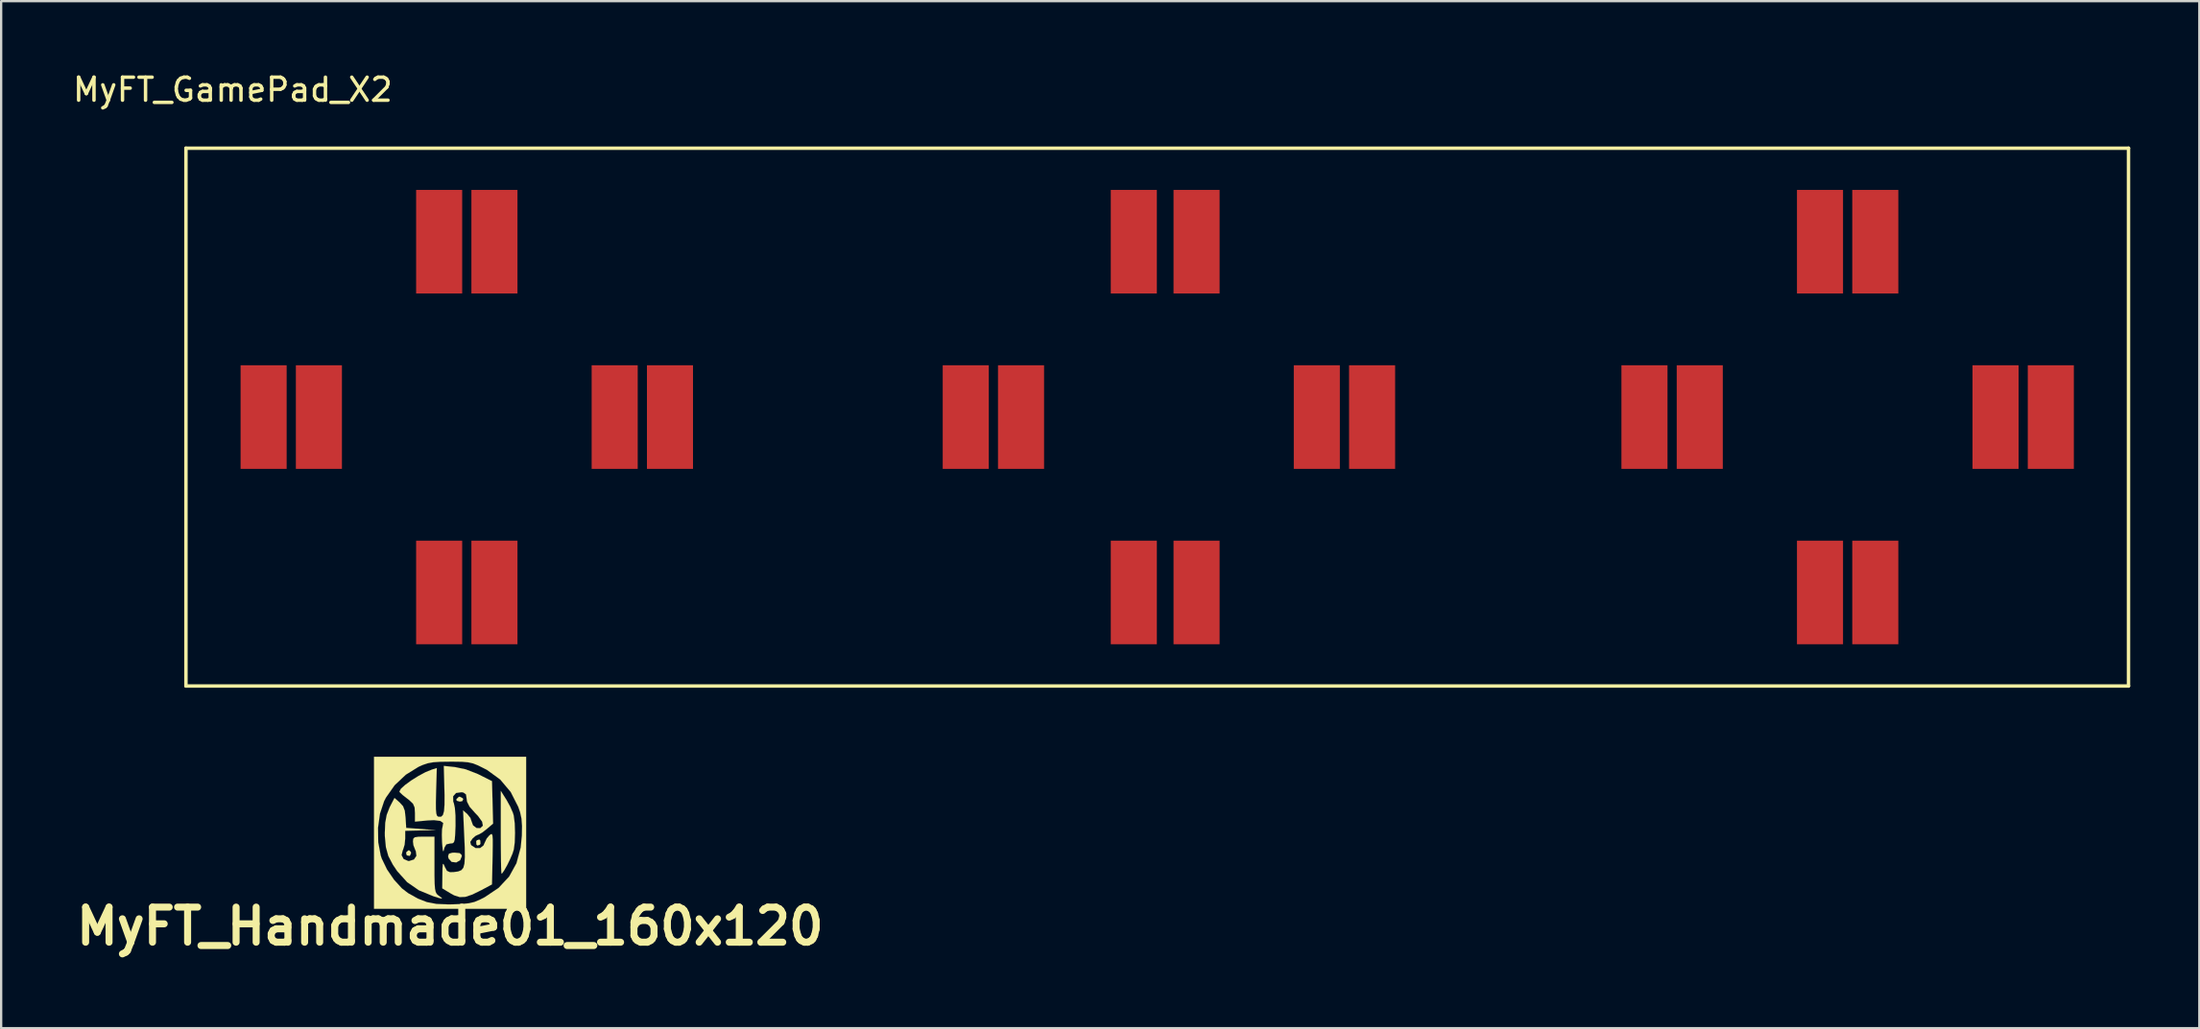
<source format=kicad_pcb>
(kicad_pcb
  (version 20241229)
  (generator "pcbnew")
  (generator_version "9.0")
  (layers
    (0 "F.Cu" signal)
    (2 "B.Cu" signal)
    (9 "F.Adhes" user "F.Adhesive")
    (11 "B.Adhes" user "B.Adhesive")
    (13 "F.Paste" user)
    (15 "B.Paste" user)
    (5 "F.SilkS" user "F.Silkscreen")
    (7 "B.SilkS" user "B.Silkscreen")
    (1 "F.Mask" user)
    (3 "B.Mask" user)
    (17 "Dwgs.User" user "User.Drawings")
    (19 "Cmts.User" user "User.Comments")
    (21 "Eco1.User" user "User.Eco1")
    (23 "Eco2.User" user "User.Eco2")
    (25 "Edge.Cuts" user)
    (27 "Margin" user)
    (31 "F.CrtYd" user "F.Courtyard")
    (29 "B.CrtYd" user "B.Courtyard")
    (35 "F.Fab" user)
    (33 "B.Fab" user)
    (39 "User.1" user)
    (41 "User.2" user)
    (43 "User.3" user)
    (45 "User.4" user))
  (footprint "MyFT_GamePad_X2"
    (layer "F.Cu")
    (at 17.214 7.452)
    (property "Reference" "MyFT_GamePad_X2" (at -10.16 -6.604 0) (layer "F.SilkS") (effects (font (size 1 1) (thickness 0.15))))
    (attr through_hole)
    (fp_line (start -12.192 -4.064) (end -12.192 19.304) (stroke (width 0.15) (type solid)) (layer "F.SilkS"))
    (fp_line (start -12.192 19.304) (end 72.136 19.304) (stroke (width 0.15) (type solid)) (layer "F.SilkS"))
    (fp_line (start 72.136 -4.064) (end -12.192 -4.064) (stroke (width 0.15) (type solid)) (layer "F.SilkS"))
    (fp_line (start 72.136 19.304) (end 72.136 -4.064) (stroke (width 0.15) (type solid)) (layer "F.SilkS"))
    (pad "1" smd rect (at -1.2 0) (size 2 4.5) (layers "F.Cu" "F.Mask" "F.Paste"))
    (pad "2" smd rect (at -1.2 15.24) (size 2 4.5) (layers "F.Cu" "F.Mask" "F.Paste"))
    (pad "3" smd rect (at -8.82 7.62) (size 2 4.5) (layers "F.Cu" "F.Mask" "F.Paste"))
    (pad "4" smd rect (at 6.42 7.62) (size 2 4.5) (layers "F.Cu" "F.Mask" "F.Paste"))
    (pad "5" smd rect (at 66.364 7.62) (size 2 4.5) (layers "F.Cu" "F.Mask" "F.Paste"))
    (pad "6" smd rect (at 58.744 15.24) (size 2 4.5) (layers "F.Cu" "F.Mask" "F.Paste"))
    (pad "7" smd rect (at 58.744 0) (size 2 4.5) (layers "F.Cu" "F.Mask" "F.Paste"))
    (pad "8" smd rect (at 51.124 7.62) (size 2 4.5) (layers "F.Cu" "F.Mask" "F.Paste"))
    (pad "9" smd rect (at 28.956 0) (size 2 4.5) (layers "F.Cu" "F.Mask" "F.Paste"))
    (pad "10" smd rect (at 28.956 15.24) (size 2 4.5) (layers "F.Cu" "F.Mask" "F.Paste"))
    (pad "11" smd rect (at 21.66 7.62) (size 2 4.5) (layers "F.Cu" "F.Mask" "F.Paste"))
    (pad "12" smd rect (at 36.9 7.62) (size 2 4.5) (layers "F.Cu" "F.Mask" "F.Paste"))
    (pad "13" smd rect (at -6.42 7.62) (size 2 4.5) (layers "F.Cu" "F.Mask" "F.Paste"))
    (pad "13" smd rect (at 1.2 0) (size 2 4.5) (layers "F.Cu" "F.Mask" "F.Paste"))
    (pad "13" smd rect (at 1.2 15.24) (size 2 4.5) (layers "F.Cu" "F.Mask" "F.Paste"))
    (pad "13" smd rect (at 8.82 7.62) (size 2 4.5) (layers "F.Cu" "F.Mask" "F.Paste"))
    (pad "13" smd rect (at 24.06 7.62) (size 2 4.5) (layers "F.Cu" "F.Mask" "F.Paste"))
    (pad "13" smd rect (at 31.68 0) (size 2 4.5) (layers "F.Cu" "F.Mask" "F.Paste"))
    (pad "13" smd rect (at 31.68 15.24) (size 2 4.5) (layers "F.Cu" "F.Mask" "F.Paste"))
    (pad "13" smd rect (at 39.3 7.62) (size 2 4.5) (layers "F.Cu" "F.Mask" "F.Paste"))
    (pad "13" smd rect (at 53.524 7.62) (size 2 4.5) (layers "F.Cu" "F.Mask" "F.Paste"))
    (pad "13" smd rect (at 61.144 0) (size 2 4.5) (layers "F.Cu" "F.Mask" "F.Paste"))
    (pad "13" smd rect (at 61.144 15.24) (size 2 4.5) (layers "F.Cu" "F.Mask" "F.Paste"))
    (pad "13" smd rect (at 68.764 7.62) (size 2 4.5) (layers "F.Cu" "F.Mask" "F.Paste")))
  (footprint "MyFT_Handmade01_160x120"
    (layer "F.Cu")
    (at 16.488 33.135)
    (property "Reference" "MyFT_Handmade01_160x120" (at 0 4.064 0) (layer "F.SilkS") (effects (font (size 1.524 1.524) (thickness 0.305))))
    (attr through_hole)
    (fp_poly (pts (xy -1.694 0.889) (xy -1.748 1.003) (xy -1.864 0.983) (xy -1.89 0.96) (xy -1.908 0.856) (xy -1.821 0.77) (xy -1.775 0.762) (xy -1.704 0.831) (xy -1.694 0.889)) (stroke (width 0.003) (type solid)) (fill yes) (layer "F.SilkS"))
    (fp_poly (pts (xy 0.572 -1.46) (xy 0.531 -1.377) (xy 0.422 -1.356) (xy 0.287 -1.394) (xy 0.274 -1.46) (xy 0.378 -1.56) (xy 0.422 -1.567) (xy 0.549 -1.501) (xy 0.572 -1.46)) (stroke (width 0.003) (type solid)) (fill yes) (layer "F.SilkS"))
    (fp_poly (pts (xy 1.318 0.478) (xy 1.288 0.521) (xy 1.184 0.551) (xy 1.143 0.508) (xy 1.135 0.366) (xy 1.166 0.323) (xy 1.27 0.292) (xy 1.311 0.338) (xy 1.318 0.478)) (stroke (width 0.003) (type solid)) (fill yes) (layer "F.SilkS"))
    (fp_poly (pts (xy 0.508 1.021) (xy 0.437 1.194) (xy 0.269 1.288) (xy 0.074 1.265) (xy 0.061 1.257) (xy -0.064 1.118) (xy -0.086 1.019) (xy -0.048 0.909) (xy 0.097 0.866) (xy 0.211 0.864) (xy 0.417 0.884) (xy 0.498 0.958) (xy 0.508 1.021)) (stroke (width 0.003) (type solid)) (fill yes) (layer "F.SilkS"))
    (fp_poly (pts (xy 2.819 0.005) (xy 2.807 0.417) (xy 2.766 0.726) (xy 2.708 0.909) (xy 2.603 1.151) (xy 2.479 1.405) (xy 2.357 1.621) (xy 2.266 1.755) (xy 2.235 1.778) (xy 2.225 1.697) (xy 2.215 1.471) (xy 2.21 1.125) (xy 2.205 0.683) (xy 2.202 0.173) (xy 2.202 -0.023) (xy 2.202 -1.821) (xy 2.454 -1.422) (xy 2.609 -1.14) (xy 2.728 -0.866) (xy 2.764 -0.744) (xy 2.807 -0.409) (xy 2.819 0.005)) (stroke (width 0.003) (type solid)) (fill yes) (layer "F.SilkS"))
    (fp_poly (pts (xy -0.356 2.86) (xy -0.475 2.835) (xy -0.721 2.758) (xy -1.351 2.499) (xy -1.864 2.144) (xy -2.296 1.664) (xy -2.487 1.379) (xy -2.68 1.008) (xy -2.786 0.622) (xy -2.83 0.157) (xy -2.832 0) (xy -2.814 -0.437) (xy -2.751 -0.777) (xy -2.624 -1.105) (xy -2.57 -1.212) (xy -2.413 -1.514) (xy -2.187 -1.316) (xy -2.042 -1.156) (xy -1.966 -0.958) (xy -1.933 -0.665) (xy -1.905 -0.213) (xy -1.27 -0.165) (xy -0.635 -0.117) (xy -1.293 -0.102) (xy -1.948 -0.086) (xy -1.948 0.254) (xy -1.974 0.518) (xy -2.04 0.734) (xy -2.055 0.762) (xy -2.106 0.97) (xy -2.017 1.14) (xy -1.821 1.224) (xy -1.781 1.227) (xy -1.567 1.161) (xy -1.46 1.001) (xy -1.486 0.798) (xy -1.504 0.762) (xy -1.59 0.541) (xy -1.61 0.381) (xy -1.598 0.259) (xy -1.534 0.196) (xy -1.379 0.173) (xy -1.143 0.168) (xy -0.678 0.168) (xy -0.678 1.384) (xy -0.678 1.864) (xy -0.671 2.202) (xy -0.655 2.426) (xy -0.625 2.568) (xy -0.579 2.657) (xy -0.511 2.72) (xy -0.488 2.736) (xy -0.366 2.827) (xy -0.356 2.86)) (stroke (width 0.003) (type solid)) (fill yes) (layer "F.SilkS"))
    (fp_poly (pts (xy 3.302 3.302) (xy 3.124 3.302) (xy 3.124 -0.297) (xy 3.101 -0.615) (xy 3.04 -0.897) (xy 2.959 -1.13) (xy 2.631 -1.775) (xy 2.177 -2.314) (xy 1.603 -2.733) (xy 1.483 -2.794) (xy 1.214 -2.929) (xy 0.998 -3.015) (xy 0.782 -3.063) (xy 0.516 -3.086) (xy 0.15 -3.091) (xy 0.008 -3.091) (xy -0.419 -3.086) (xy -0.724 -3.066) (xy -0.963 -3.023) (xy -1.184 -2.949) (xy -1.372 -2.865) (xy -1.92 -2.525) (xy -2.408 -2.065) (xy -2.784 -1.529) (xy -2.865 -1.372) (xy -3.043 -0.833) (xy -3.129 -0.218) (xy -3.119 0.409) (xy -3.012 0.983) (xy -2.967 1.12) (xy -2.738 1.593) (xy -2.433 2.04) (xy -2.09 2.416) (xy -1.824 2.621) (xy -1.397 2.86) (xy -1.006 3.012) (xy -0.592 3.091) (xy -0.094 3.111) (xy 0.127 3.109) (xy 0.531 3.091) (xy 0.823 3.061) (xy 1.054 3.007) (xy 1.28 2.913) (xy 1.504 2.799) (xy 2.106 2.395) (xy 2.563 1.905) (xy 2.883 1.323) (xy 3.066 0.64) (xy 3.117 0.127) (xy 3.124 -0.297) (xy 3.124 3.302) (xy 0 3.302) (xy -3.302 3.302) (xy -3.302 0) (xy -3.302 -3.302) (xy 0 -3.302) (xy 3.302 -3.302) (xy 3.302 0) (xy 3.302 3.302)) (stroke (width 0.003) (type solid)) (fill yes) (layer "F.SilkS"))
    (fp_poly (pts (xy 1.867 -0.399) (xy 1.59 -0.163) (xy 1.397 -0.013) (xy 1.25 0.071) (xy 1.219 0.079) (xy 1.097 0.14) (xy 0.973 0.251) (xy 0.876 0.396) (xy 0.904 0.513) (xy 0.93 0.549) (xy 1.11 0.665) (xy 1.306 0.663) (xy 1.453 0.549) (xy 1.486 0.47) (xy 1.59 0.249) (xy 1.702 0.117) (xy 1.768 0.064) (xy 1.814 0.056) (xy 1.839 0.119) (xy 1.852 0.279) (xy 1.852 0.554) (xy 1.847 0.97) (xy 1.844 1.105) (xy 1.819 2.243) (xy 1.364 2.487) (xy 0.968 2.682) (xy 0.665 2.784) (xy 0.417 2.794) (xy 0.178 2.718) (xy 0.02 2.631) (xy -0.34 2.413) (xy -0.333 1.821) (xy -0.328 1.519) (xy -0.315 1.369) (xy -0.29 1.349) (xy -0.244 1.438) (xy -0.229 1.481) (xy -0.135 1.654) (xy -0.005 1.712) (xy 0.16 1.707) (xy 0.351 1.681) (xy 0.488 1.626) (xy 0.577 1.521) (xy 0.625 1.339) (xy 0.643 1.054) (xy 0.638 0.645) (xy 0.62 0.239) (xy 0.566 -0.975) (xy 0.749 -0.813) (xy 0.881 -0.648) (xy 0.93 -0.505) (xy 0.996 -0.325) (xy 1.146 -0.208) (xy 1.311 -0.201) (xy 1.425 -0.307) (xy 1.392 -0.483) (xy 1.212 -0.732) (xy 1.079 -0.871) (xy 0.846 -1.135) (xy 0.737 -1.351) (xy 0.719 -1.483) (xy 0.691 -1.669) (xy 0.582 -1.748) (xy 0.5 -1.763) (xy 0.259 -1.73) (xy 0.132 -1.585) (xy 0.137 -1.354) (xy 0.163 -1.288) (xy 0.208 -1.079) (xy 0.234 -0.749) (xy 0.236 -0.348) (xy 0.236 -0.292) (xy 0.221 0.066) (xy 0.203 0.29) (xy 0.168 0.409) (xy 0.107 0.455) (xy 0.01 0.465) (xy 0 0.465) (xy -0.163 0.503) (xy -0.246 0.648) (xy -0.262 0.719) (xy -0.29 0.808) (xy -0.315 0.749) (xy -0.338 0.531) (xy -0.348 0.391) (xy -0.356 0.086) (xy -0.348 -0.157) (xy -0.323 -0.282) (xy -0.297 -0.427) (xy -0.424 -0.516) (xy -0.699 -0.549) (xy -0.983 -0.536) (xy -1.524 -0.485) (xy -1.524 -0.861) (xy -1.539 -1.102) (xy -1.61 -1.265) (xy -1.773 -1.42) (xy -1.862 -1.488) (xy -2.057 -1.641) (xy -2.179 -1.758) (xy -2.2 -1.791) (xy -2.134 -1.913) (xy -1.951 -2.08) (xy -1.687 -2.273) (xy -1.382 -2.464) (xy -1.072 -2.631) (xy -0.79 -2.746) (xy -0.775 -2.751) (xy -0.577 -2.812) (xy -0.607 -1.768) (xy -0.617 -1.328) (xy -0.615 -1.029) (xy -0.599 -0.843) (xy -0.569 -0.742) (xy -0.516 -0.701) (xy -0.495 -0.696) (xy -0.386 -0.699) (xy -0.31 -0.772) (xy -0.262 -0.94) (xy -0.241 -1.222) (xy -0.239 -1.638) (xy -0.246 -1.897) (xy -0.272 -2.906) (xy 0.216 -2.855) (xy 0.676 -2.758) (xy 1.171 -2.568) (xy 1.262 -2.525) (xy 1.819 -2.245) (xy 1.844 -1.323) (xy 1.867 -0.399)) (stroke (width 0.003) (type solid)) (fill yes) (layer "F.SilkS")))
  (gr_rect
    (start -3 -3)
    (end 92.425 41.625)
    (stroke (width 0.1) (type default))
    (fill no)
    (layer "Edge.Cuts")))
</source>
